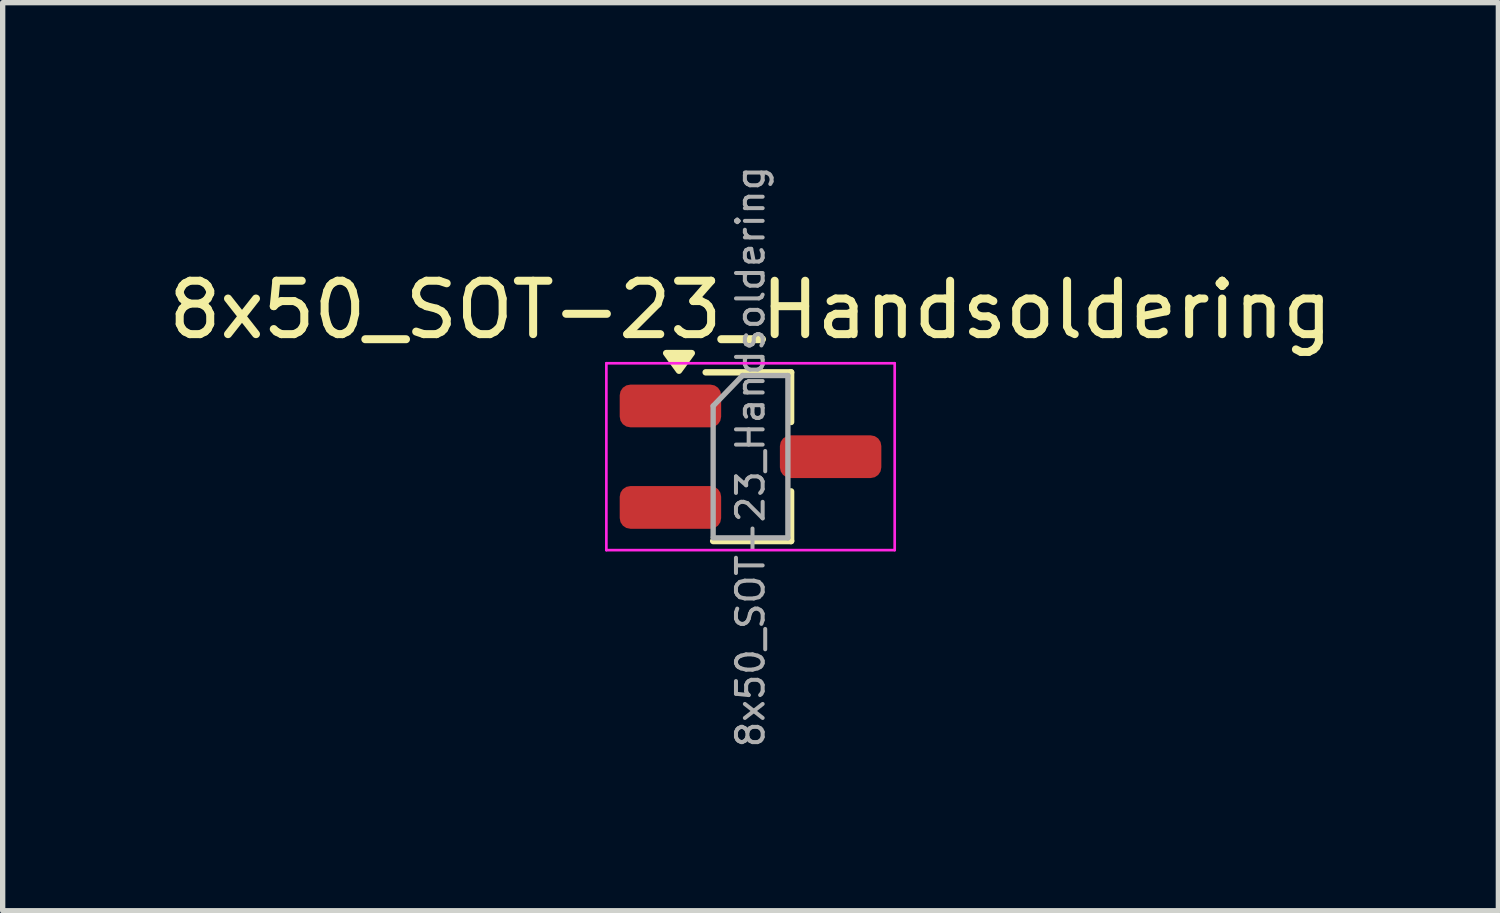
<source format=kicad_pcb>
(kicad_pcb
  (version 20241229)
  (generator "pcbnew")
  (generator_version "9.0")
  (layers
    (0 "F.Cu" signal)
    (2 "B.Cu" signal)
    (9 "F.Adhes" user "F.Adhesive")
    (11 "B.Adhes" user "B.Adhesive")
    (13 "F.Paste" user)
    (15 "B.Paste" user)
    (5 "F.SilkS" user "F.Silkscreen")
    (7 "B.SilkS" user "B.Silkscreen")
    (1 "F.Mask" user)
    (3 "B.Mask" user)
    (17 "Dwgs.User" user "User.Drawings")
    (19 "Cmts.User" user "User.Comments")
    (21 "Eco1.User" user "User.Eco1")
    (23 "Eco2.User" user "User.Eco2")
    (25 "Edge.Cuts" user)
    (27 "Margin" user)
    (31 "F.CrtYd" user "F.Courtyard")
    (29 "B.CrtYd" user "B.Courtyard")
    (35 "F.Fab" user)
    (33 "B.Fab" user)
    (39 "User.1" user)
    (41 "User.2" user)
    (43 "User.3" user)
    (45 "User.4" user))
  (footprint "8x50_SOT-23_Handsoldering"
    (layer "F.Cu")
    (at 11.006 5.503)
    (property "Reference" "8x50_SOT-23_Handsoldering" (at 0 -2.75 0) (layer "F.SilkS") (effects (font (size 1 1) (thickness 0.15))))
    (attr smd)
    (fp_line (start -0.04 -1.58) (end -0.84 -1.58) (stroke (width 0.12) (type solid)) (layer "F.SilkS"))
    (fp_line (start -0.04 -1.58) (end 0.76 -1.58) (stroke (width 0.12) (type solid)) (layer "F.SilkS"))
    (fp_line (start 0.76 -1.58) (end 0.76 -0.65) (stroke (width 0.12) (type solid)) (layer "F.SilkS"))
    (fp_line (start 0.76 1.58) (end -0.7 1.58) (stroke (width 0.12) (type solid)) (layer "F.SilkS"))
    (fp_line (start 0.76 1.58) (end 0.76 0.65) (stroke (width 0.12) (type solid)) (layer "F.SilkS"))
    (fp_poly (pts (xy -1.34 -1.61) (xy -1.58 -1.94) (xy -1.1 -1.94) (xy -1.34 -1.61)) (stroke (width 0.12) (type solid)) (fill yes) (layer "F.SilkS"))
    (fp_line (start -2.7 -1.75) (end 2.7 -1.75) (stroke (width 0.05) (type solid)) (layer "F.CrtYd"))
    (fp_line (start -2.7 1.75) (end -2.7 -1.75) (stroke (width 0.05) (type solid)) (layer "F.CrtYd"))
    (fp_line (start 2.7 -1.75) (end 2.7 1.75) (stroke (width 0.05) (type solid)) (layer "F.CrtYd"))
    (fp_line (start 2.7 1.75) (end -2.7 1.75) (stroke (width 0.05) (type solid)) (layer "F.CrtYd"))
    (fp_line (start -0.7 -0.95) (end -0.7 1.5) (stroke (width 0.1) (type solid)) (layer "F.Fab"))
    (fp_line (start -0.7 -0.95) (end -0.15 -1.52) (stroke (width 0.1) (type solid)) (layer "F.Fab"))
    (fp_line (start -0.7 1.52) (end 0.7 1.52) (stroke (width 0.1) (type solid)) (layer "F.Fab"))
    (fp_line (start -0.15 -1.52) (end 0.7 -1.52) (stroke (width 0.1) (type solid)) (layer "F.Fab"))
    (fp_line (start 0.7 -1.52) (end 0.7 1.52) (stroke (width 0.1) (type solid)) (layer "F.Fab"))
    (fp_text user "${REFERENCE}" (at 0 0 90) (layer "F.Fab") (effects (font (size 0.5 0.5) (thickness 0.075))))
    (pad "1" smd roundrect (at -1.5 0.95) (size 1.9 0.8) (layers "F.Cu" "F.Mask" "F.Paste") (roundrect_rratio 0.25))
    (pad "2" smd roundrect (at -1.5 -0.95) (size 1.9 0.8) (layers "F.Cu" "F.Mask" "F.Paste") (roundrect_rratio 0.25))
    (pad "3" smd roundrect (at 1.5 0) (size 1.9 0.8) (layers "F.Cu" "F.Mask" "F.Paste") (roundrect_rratio 0.25)))
  (gr_rect
    (start -3 -3)
    (end 25.012 14.006)
    (stroke (width 0.1) (type default))
    (fill no)
    (layer "Edge.Cuts")))
</source>
